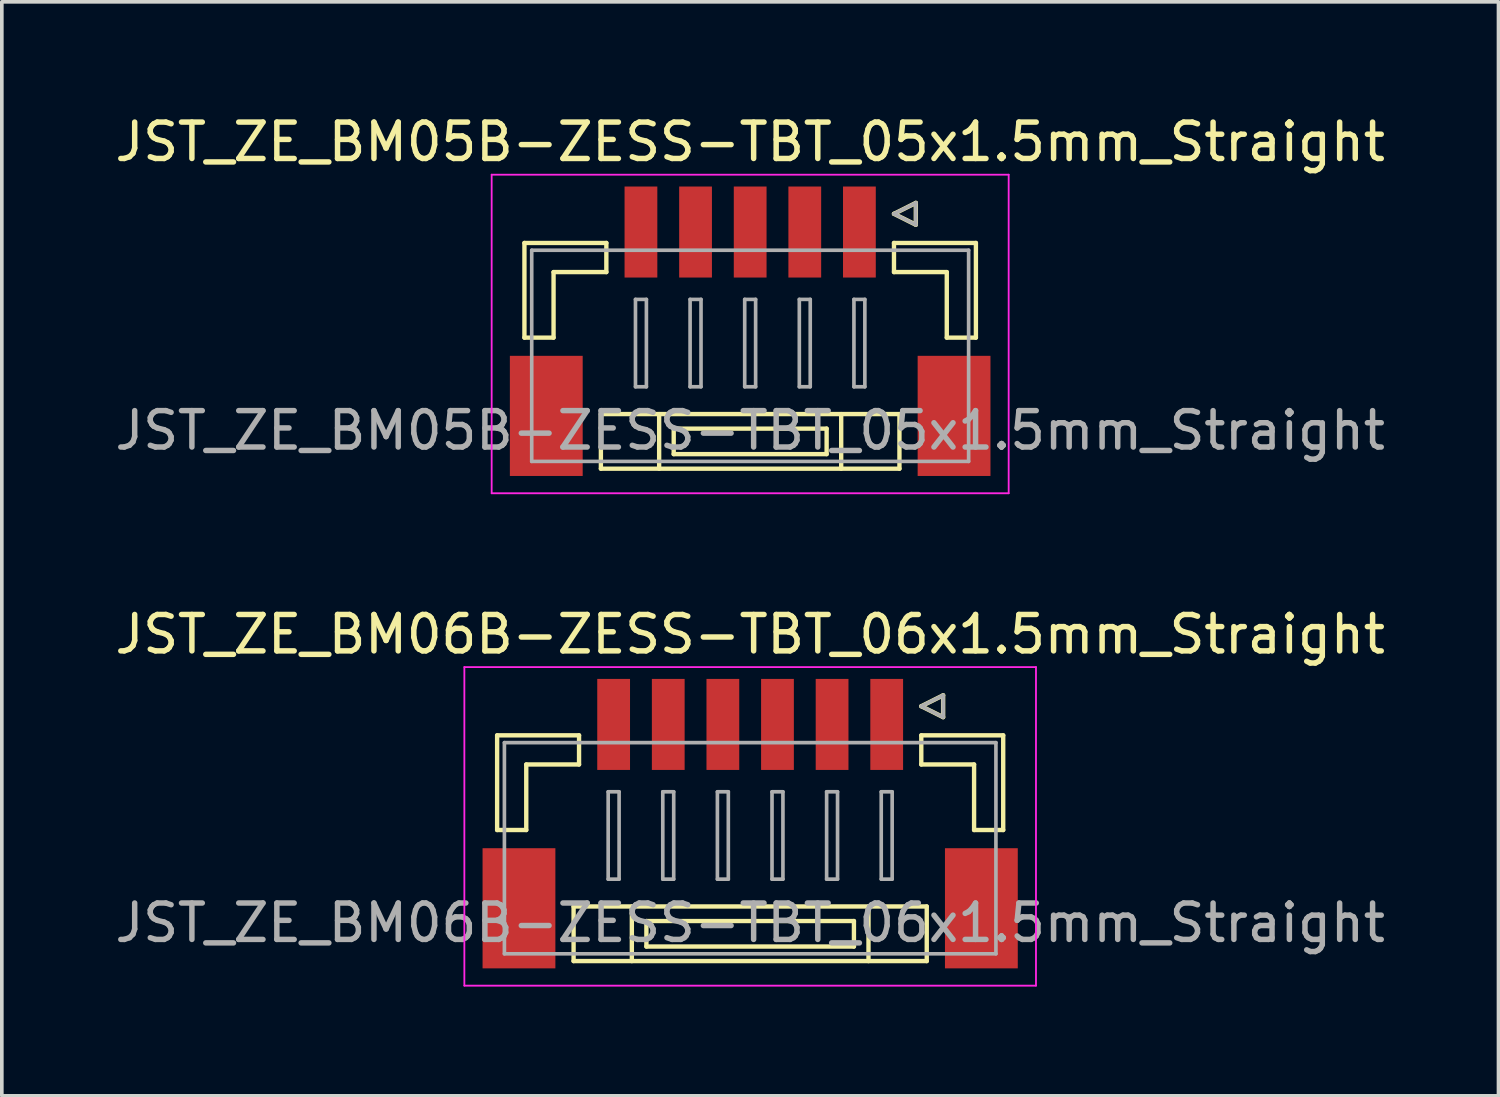
<source format=kicad_pcb>
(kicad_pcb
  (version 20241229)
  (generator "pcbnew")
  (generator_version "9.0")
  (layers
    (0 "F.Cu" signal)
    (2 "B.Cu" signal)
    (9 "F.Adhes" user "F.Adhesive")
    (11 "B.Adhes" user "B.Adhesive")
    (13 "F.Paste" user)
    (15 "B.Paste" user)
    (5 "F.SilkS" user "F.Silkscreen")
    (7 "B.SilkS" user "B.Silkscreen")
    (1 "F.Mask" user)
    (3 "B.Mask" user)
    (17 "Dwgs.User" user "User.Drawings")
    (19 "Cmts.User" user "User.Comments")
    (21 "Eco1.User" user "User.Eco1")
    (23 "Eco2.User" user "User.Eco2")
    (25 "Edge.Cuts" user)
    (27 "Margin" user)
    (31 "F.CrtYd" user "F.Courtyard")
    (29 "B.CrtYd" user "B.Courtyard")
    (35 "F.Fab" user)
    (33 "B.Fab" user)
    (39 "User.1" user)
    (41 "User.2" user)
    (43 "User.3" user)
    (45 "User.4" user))
  (footprint "JST_ZE_BM05B-ZESS-TBT_05x1.5mm_Straight"
    (layer "F.Cu")
    (at 17.554 5.848)
    (property "Reference" "JST_ZE_BM05B-ZESS-TBT_05x1.5mm_Straight" (at 0 -5 0) (layer "F.SilkS") (effects (font (size 1 1) (thickness 0.15))))
    (attr smd)
    (fp_line (start -6.2 -2.225) (end -6.2 0.375) (stroke (width 0.12) (type solid)) (layer "F.SilkS"))
    (fp_line (start -6.2 0.375) (end -5.4 0.375) (stroke (width 0.12) (type solid)) (layer "F.SilkS"))
    (fp_line (start -5.4 -1.425) (end -3.95 -1.425) (stroke (width 0.12) (type solid)) (layer "F.SilkS"))
    (fp_line (start -5.4 0.375) (end -5.4 -1.425) (stroke (width 0.12) (type solid)) (layer "F.SilkS"))
    (fp_line (start -4.1 2.475) (end -4.1 3.975) (stroke (width 0.12) (type solid)) (layer "F.SilkS"))
    (fp_line (start -4.1 3.975) (end 4.1 3.975) (stroke (width 0.12) (type solid)) (layer "F.SilkS"))
    (fp_line (start -3.95 -2.225) (end -6.2 -2.225) (stroke (width 0.12) (type solid)) (layer "F.SilkS"))
    (fp_line (start -3.95 -1.425) (end -3.95 -2.225) (stroke (width 0.12) (type solid)) (layer "F.SilkS"))
    (fp_line (start -2.5 2.475) (end -2.5 3.975) (stroke (width 0.12) (type solid)) (layer "F.SilkS"))
    (fp_line (start -2.1 2.875) (end -2.1 3.575) (stroke (width 0.12) (type solid)) (layer "F.SilkS"))
    (fp_line (start -2.1 3.575) (end 2.1 3.575) (stroke (width 0.12) (type solid)) (layer "F.SilkS"))
    (fp_line (start 2.1 2.875) (end -2.1 2.875) (stroke (width 0.12) (type solid)) (layer "F.SilkS"))
    (fp_line (start 2.1 3.575) (end 2.1 2.875) (stroke (width 0.12) (type solid)) (layer "F.SilkS"))
    (fp_line (start 2.5 2.475) (end 2.5 3.975) (stroke (width 0.12) (type solid)) (layer "F.SilkS"))
    (fp_line (start 3.95 -3.025) (end 4.55 -3.325) (stroke (width 0.12) (type solid)) (layer "F.SilkS"))
    (fp_line (start 3.95 -2.225) (end 6.2 -2.225) (stroke (width 0.12) (type solid)) (layer "F.SilkS"))
    (fp_line (start 3.95 -1.425) (end 3.95 -2.225) (stroke (width 0.12) (type solid)) (layer "F.SilkS"))
    (fp_line (start 4.1 2.475) (end -4.1 2.475) (stroke (width 0.12) (type solid)) (layer "F.SilkS"))
    (fp_line (start 4.1 3.975) (end 4.1 2.475) (stroke (width 0.12) (type solid)) (layer "F.SilkS"))
    (fp_line (start 4.55 -3.325) (end 4.55 -2.725) (stroke (width 0.12) (type solid)) (layer "F.SilkS"))
    (fp_line (start 4.55 -2.725) (end 3.95 -3.025) (stroke (width 0.12) (type solid)) (layer "F.SilkS"))
    (fp_line (start 5.4 -1.425) (end 3.95 -1.425) (stroke (width 0.12) (type solid)) (layer "F.SilkS"))
    (fp_line (start 5.4 0.375) (end 5.4 -1.425) (stroke (width 0.12) (type solid)) (layer "F.SilkS"))
    (fp_line (start 6.2 -2.225) (end 6.2 0.375) (stroke (width 0.12) (type solid)) (layer "F.SilkS"))
    (fp_line (start 6.2 0.375) (end 5.4 0.375) (stroke (width 0.12) (type solid)) (layer "F.SilkS"))
    (fp_line (start -7.1 -4.1) (end -7.1 4.65) (stroke (width 0.05) (type solid)) (layer "F.CrtYd"))
    (fp_line (start -7.1 4.65) (end 7.1 4.65) (stroke (width 0.05) (type solid)) (layer "F.CrtYd"))
    (fp_line (start 7.1 -4.1) (end -7.1 -4.1) (stroke (width 0.05) (type solid)) (layer "F.CrtYd"))
    (fp_line (start 7.1 4.65) (end 7.1 -4.1) (stroke (width 0.05) (type solid)) (layer "F.CrtYd"))
    (fp_line (start -6 -2.025) (end -6 3.775) (stroke (width 0.1) (type solid)) (layer "F.Fab"))
    (fp_line (start -6 3.775) (end 6 3.775) (stroke (width 0.1) (type solid)) (layer "F.Fab"))
    (fp_line (start -3.15 -0.675) (end -3.15 1.725) (stroke (width 0.1) (type solid)) (layer "F.Fab"))
    (fp_line (start -3.15 1.725) (end -2.85 1.725) (stroke (width 0.1) (type solid)) (layer "F.Fab"))
    (fp_line (start -2.85 -0.675) (end -3.15 -0.675) (stroke (width 0.1) (type solid)) (layer "F.Fab"))
    (fp_line (start -2.85 1.725) (end -2.85 -0.675) (stroke (width 0.1) (type solid)) (layer "F.Fab"))
    (fp_line (start -1.65 -0.675) (end -1.65 1.725) (stroke (width 0.1) (type solid)) (layer "F.Fab"))
    (fp_line (start -1.65 1.725) (end -1.35 1.725) (stroke (width 0.1) (type solid)) (layer "F.Fab"))
    (fp_line (start -1.35 -0.675) (end -1.65 -0.675) (stroke (width 0.1) (type solid)) (layer "F.Fab"))
    (fp_line (start -1.35 1.725) (end -1.35 -0.675) (stroke (width 0.1) (type solid)) (layer "F.Fab"))
    (fp_line (start -0.15 -0.675) (end -0.15 1.725) (stroke (width 0.1) (type solid)) (layer "F.Fab"))
    (fp_line (start -0.15 1.725) (end 0.15 1.725) (stroke (width 0.1) (type solid)) (layer "F.Fab"))
    (fp_line (start 0.15 -0.675) (end -0.15 -0.675) (stroke (width 0.1) (type solid)) (layer "F.Fab"))
    (fp_line (start 0.15 1.725) (end 0.15 -0.675) (stroke (width 0.1) (type solid)) (layer "F.Fab"))
    (fp_line (start 1.35 -0.675) (end 1.35 1.725) (stroke (width 0.1) (type solid)) (layer "F.Fab"))
    (fp_line (start 1.35 1.725) (end 1.65 1.725) (stroke (width 0.1) (type solid)) (layer "F.Fab"))
    (fp_line (start 1.65 -0.675) (end 1.35 -0.675) (stroke (width 0.1) (type solid)) (layer "F.Fab"))
    (fp_line (start 1.65 1.725) (end 1.65 -0.675) (stroke (width 0.1) (type solid)) (layer "F.Fab"))
    (fp_line (start 2.85 -0.675) (end 2.85 1.725) (stroke (width 0.1) (type solid)) (layer "F.Fab"))
    (fp_line (start 2.85 1.725) (end 3.15 1.725) (stroke (width 0.1) (type solid)) (layer "F.Fab"))
    (fp_line (start 3.15 -0.675) (end 2.85 -0.675) (stroke (width 0.1) (type solid)) (layer "F.Fab"))
    (fp_line (start 3.15 1.725) (end 3.15 -0.675) (stroke (width 0.1) (type solid)) (layer "F.Fab"))
    (fp_line (start 3.95 -3.025) (end 4.55 -3.325) (stroke (width 0.1) (type solid)) (layer "F.Fab"))
    (fp_line (start 4.55 -3.325) (end 4.55 -2.725) (stroke (width 0.1) (type solid)) (layer "F.Fab"))
    (fp_line (start 4.55 -2.725) (end 3.95 -3.025) (stroke (width 0.1) (type solid)) (layer "F.Fab"))
    (fp_line (start 6 -2.025) (end -6 -2.025) (stroke (width 0.1) (type solid)) (layer "F.Fab"))
    (fp_line (start 6 3.775) (end 6 -2.025) (stroke (width 0.1) (type solid)) (layer "F.Fab"))
    (fp_text user "${REFERENCE}" (at 0 2.925 0) (layer "F.Fab") (effects (font (size 1 1) (thickness 0.15))))
    (pad "" smd rect (at -5.6 2.525) (size 2 3.3) (layers "F.Cu" "F.Mask" "F.Paste"))
    (pad "" smd rect (at 5.6 2.525) (size 2 3.3) (layers "F.Cu" "F.Mask" "F.Paste"))
    (pad "1" smd rect (at 3 -2.525) (size 0.9 2.5) (layers "F.Cu" "F.Mask" "F.Paste"))
    (pad "2" smd rect (at 1.5 -2.525) (size 0.9 2.5) (layers "F.Cu" "F.Mask" "F.Paste"))
    (pad "3" smd rect (at 0 -2.525) (size 0.9 2.5) (layers "F.Cu" "F.Mask" "F.Paste"))
    (pad "4" smd rect (at -1.5 -2.525) (size 0.9 2.5) (layers "F.Cu" "F.Mask" "F.Paste"))
    (pad "5" smd rect (at -3 -2.525) (size 0.9 2.5) (layers "F.Cu" "F.Mask" "F.Paste")))
  (footprint "JST_ZE_BM06B-ZESS-TBT_06x1.5mm_Straight"
    (layer "F.Cu")
    (at 17.554 19.372)
    (property "Reference" "JST_ZE_BM06B-ZESS-TBT_06x1.5mm_Straight" (at 0 -5 0) (layer "F.SilkS") (effects (font (size 1 1) (thickness 0.15))))
    (attr smd)
    (fp_line (start -6.95 -2.225) (end -6.95 0.375) (stroke (width 0.12) (type solid)) (layer "F.SilkS"))
    (fp_line (start -6.95 0.375) (end -6.15 0.375) (stroke (width 0.12) (type solid)) (layer "F.SilkS"))
    (fp_line (start -6.15 -1.425) (end -4.7 -1.425) (stroke (width 0.12) (type solid)) (layer "F.SilkS"))
    (fp_line (start -6.15 0.375) (end -6.15 -1.425) (stroke (width 0.12) (type solid)) (layer "F.SilkS"))
    (fp_line (start -4.85 2.475) (end -4.85 3.975) (stroke (width 0.12) (type solid)) (layer "F.SilkS"))
    (fp_line (start -4.85 3.975) (end 4.85 3.975) (stroke (width 0.12) (type solid)) (layer "F.SilkS"))
    (fp_line (start -4.7 -2.225) (end -6.95 -2.225) (stroke (width 0.12) (type solid)) (layer "F.SilkS"))
    (fp_line (start -4.7 -1.425) (end -4.7 -2.225) (stroke (width 0.12) (type solid)) (layer "F.SilkS"))
    (fp_line (start -3.25 2.475) (end -3.25 3.975) (stroke (width 0.12) (type solid)) (layer "F.SilkS"))
    (fp_line (start -2.85 2.875) (end -2.85 3.575) (stroke (width 0.12) (type solid)) (layer "F.SilkS"))
    (fp_line (start -2.85 3.575) (end 2.85 3.575) (stroke (width 0.12) (type solid)) (layer "F.SilkS"))
    (fp_line (start 2.85 2.875) (end -2.85 2.875) (stroke (width 0.12) (type solid)) (layer "F.SilkS"))
    (fp_line (start 2.85 3.575) (end 2.85 2.875) (stroke (width 0.12) (type solid)) (layer "F.SilkS"))
    (fp_line (start 3.25 2.475) (end 3.25 3.975) (stroke (width 0.12) (type solid)) (layer "F.SilkS"))
    (fp_line (start 4.7 -3.025) (end 5.3 -3.325) (stroke (width 0.12) (type solid)) (layer "F.SilkS"))
    (fp_line (start 4.7 -2.225) (end 6.95 -2.225) (stroke (width 0.12) (type solid)) (layer "F.SilkS"))
    (fp_line (start 4.7 -1.425) (end 4.7 -2.225) (stroke (width 0.12) (type solid)) (layer "F.SilkS"))
    (fp_line (start 4.85 2.475) (end -4.85 2.475) (stroke (width 0.12) (type solid)) (layer "F.SilkS"))
    (fp_line (start 4.85 3.975) (end 4.85 2.475) (stroke (width 0.12) (type solid)) (layer "F.SilkS"))
    (fp_line (start 5.3 -3.325) (end 5.3 -2.725) (stroke (width 0.12) (type solid)) (layer "F.SilkS"))
    (fp_line (start 5.3 -2.725) (end 4.7 -3.025) (stroke (width 0.12) (type solid)) (layer "F.SilkS"))
    (fp_line (start 6.15 -1.425) (end 4.7 -1.425) (stroke (width 0.12) (type solid)) (layer "F.SilkS"))
    (fp_line (start 6.15 0.375) (end 6.15 -1.425) (stroke (width 0.12) (type solid)) (layer "F.SilkS"))
    (fp_line (start 6.95 -2.225) (end 6.95 0.375) (stroke (width 0.12) (type solid)) (layer "F.SilkS"))
    (fp_line (start 6.95 0.375) (end 6.15 0.375) (stroke (width 0.12) (type solid)) (layer "F.SilkS"))
    (fp_line (start -7.85 -4.1) (end -7.85 4.65) (stroke (width 0.05) (type solid)) (layer "F.CrtYd"))
    (fp_line (start -7.85 4.65) (end 7.85 4.65) (stroke (width 0.05) (type solid)) (layer "F.CrtYd"))
    (fp_line (start 7.85 -4.1) (end -7.85 -4.1) (stroke (width 0.05) (type solid)) (layer "F.CrtYd"))
    (fp_line (start 7.85 4.65) (end 7.85 -4.1) (stroke (width 0.05) (type solid)) (layer "F.CrtYd"))
    (fp_line (start -6.75 -2.025) (end -6.75 3.775) (stroke (width 0.1) (type solid)) (layer "F.Fab"))
    (fp_line (start -6.75 3.775) (end 6.75 3.775) (stroke (width 0.1) (type solid)) (layer "F.Fab"))
    (fp_line (start -3.9 -0.675) (end -3.9 1.725) (stroke (width 0.1) (type solid)) (layer "F.Fab"))
    (fp_line (start -3.9 1.725) (end -3.6 1.725) (stroke (width 0.1) (type solid)) (layer "F.Fab"))
    (fp_line (start -3.6 -0.675) (end -3.9 -0.675) (stroke (width 0.1) (type solid)) (layer "F.Fab"))
    (fp_line (start -3.6 1.725) (end -3.6 -0.675) (stroke (width 0.1) (type solid)) (layer "F.Fab"))
    (fp_line (start -2.4 -0.675) (end -2.4 1.725) (stroke (width 0.1) (type solid)) (layer "F.Fab"))
    (fp_line (start -2.4 1.725) (end -2.1 1.725) (stroke (width 0.1) (type solid)) (layer "F.Fab"))
    (fp_line (start -2.1 -0.675) (end -2.4 -0.675) (stroke (width 0.1) (type solid)) (layer "F.Fab"))
    (fp_line (start -2.1 1.725) (end -2.1 -0.675) (stroke (width 0.1) (type solid)) (layer "F.Fab"))
    (fp_line (start -0.9 -0.675) (end -0.9 1.725) (stroke (width 0.1) (type solid)) (layer "F.Fab"))
    (fp_line (start -0.9 1.725) (end -0.6 1.725) (stroke (width 0.1) (type solid)) (layer "F.Fab"))
    (fp_line (start -0.6 -0.675) (end -0.9 -0.675) (stroke (width 0.1) (type solid)) (layer "F.Fab"))
    (fp_line (start -0.6 1.725) (end -0.6 -0.675) (stroke (width 0.1) (type solid)) (layer "F.Fab"))
    (fp_line (start 0.6 -0.675) (end 0.6 1.725) (stroke (width 0.1) (type solid)) (layer "F.Fab"))
    (fp_line (start 0.6 1.725) (end 0.9 1.725) (stroke (width 0.1) (type solid)) (layer "F.Fab"))
    (fp_line (start 0.9 -0.675) (end 0.6 -0.675) (stroke (width 0.1) (type solid)) (layer "F.Fab"))
    (fp_line (start 0.9 1.725) (end 0.9 -0.675) (stroke (width 0.1) (type solid)) (layer "F.Fab"))
    (fp_line (start 2.1 -0.675) (end 2.1 1.725) (stroke (width 0.1) (type solid)) (layer "F.Fab"))
    (fp_line (start 2.1 1.725) (end 2.4 1.725) (stroke (width 0.1) (type solid)) (layer "F.Fab"))
    (fp_line (start 2.4 -0.675) (end 2.1 -0.675) (stroke (width 0.1) (type solid)) (layer "F.Fab"))
    (fp_line (start 2.4 1.725) (end 2.4 -0.675) (stroke (width 0.1) (type solid)) (layer "F.Fab"))
    (fp_line (start 3.6 -0.675) (end 3.6 1.725) (stroke (width 0.1) (type solid)) (layer "F.Fab"))
    (fp_line (start 3.6 1.725) (end 3.9 1.725) (stroke (width 0.1) (type solid)) (layer "F.Fab"))
    (fp_line (start 3.9 -0.675) (end 3.6 -0.675) (stroke (width 0.1) (type solid)) (layer "F.Fab"))
    (fp_line (start 3.9 1.725) (end 3.9 -0.675) (stroke (width 0.1) (type solid)) (layer "F.Fab"))
    (fp_line (start 4.7 -3.025) (end 5.3 -3.325) (stroke (width 0.1) (type solid)) (layer "F.Fab"))
    (fp_line (start 5.3 -3.325) (end 5.3 -2.725) (stroke (width 0.1) (type solid)) (layer "F.Fab"))
    (fp_line (start 5.3 -2.725) (end 4.7 -3.025) (stroke (width 0.1) (type solid)) (layer "F.Fab"))
    (fp_line (start 6.75 -2.025) (end -6.75 -2.025) (stroke (width 0.1) (type solid)) (layer "F.Fab"))
    (fp_line (start 6.75 3.775) (end 6.75 -2.025) (stroke (width 0.1) (type solid)) (layer "F.Fab"))
    (fp_text user "${REFERENCE}" (at 0 2.925 0) (layer "F.Fab") (effects (font (size 1 1) (thickness 0.15))))
    (pad "" smd rect (at -6.35 2.525) (size 2 3.3) (layers "F.Cu" "F.Mask" "F.Paste"))
    (pad "" smd rect (at 6.35 2.525) (size 2 3.3) (layers "F.Cu" "F.Mask" "F.Paste"))
    (pad "1" smd rect (at 3.75 -2.525) (size 0.9 2.5) (layers "F.Cu" "F.Mask" "F.Paste"))
    (pad "2" smd rect (at 2.25 -2.525) (size 0.9 2.5) (layers "F.Cu" "F.Mask" "F.Paste"))
    (pad "3" smd rect (at 0.75 -2.525) (size 0.9 2.5) (layers "F.Cu" "F.Mask" "F.Paste"))
    (pad "4" smd rect (at -0.75 -2.525) (size 0.9 2.5) (layers "F.Cu" "F.Mask" "F.Paste"))
    (pad "5" smd rect (at -2.25 -2.525) (size 0.9 2.5) (layers "F.Cu" "F.Mask" "F.Paste"))
    (pad "6" smd rect (at -3.75 -2.525) (size 0.9 2.5) (layers "F.Cu" "F.Mask" "F.Paste")))
  (gr_rect
    (start -3 -3)
    (end 38.107 27.047)
    (stroke (width 0.1) (type default))
    (fill no)
    (layer "Edge.Cuts")))
</source>
